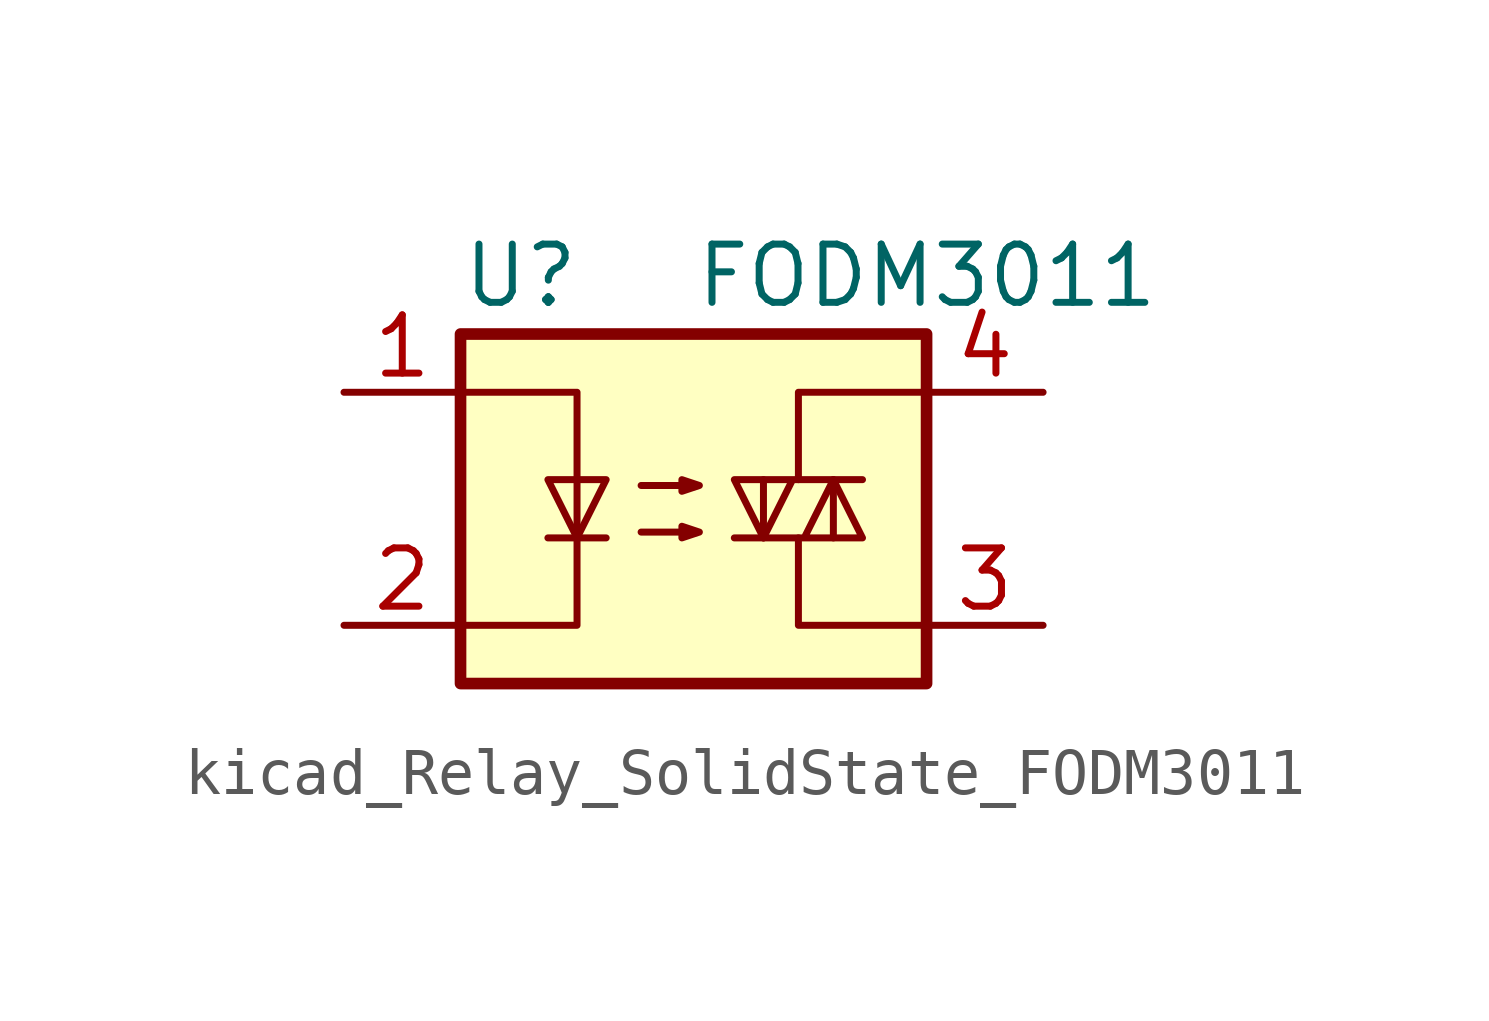
<source format=kicad_sym>
(kicad_symbol_lib
  (version 20220914)
  (generator kicad_symbol_editor)
  (symbol "kicad_Relay_SolidState_FODM3011"
    (property "Reference" "U"
      (at -5.08 5.08 0)
      (effects (font (size 1.27 1.27)) (justify left)))
    (property "Value" "FODM3011"
      (at 0 5.08 0)
      (effects (font (size 1.27 1.27)) (justify left)))
    (symbol "kicad_Relay_SolidState_FODM3011_0_1"
      (rectangle (start -5.08 3.81) (end 5.08 -3.81) (stroke (width 0.254) (type default)) (fill (type background)))
      (polyline (pts (xy -3.175 -0.635) (xy -1.905 -0.635)) (stroke (width 0) (type default)) (fill (type none)))
      (polyline (pts (xy 1.524 -0.635) (xy 1.524 0.635)) (stroke (width 0) (type default)) (fill (type none)))
      (polyline (pts (xy 3.048 0.635) (xy 3.048 -0.635)) (stroke (width 0) (type default)) (fill (type none)))
      (polyline (pts (xy 2.286 -0.635) (xy 2.286 -2.54) (xy 5.08 -2.54)) (stroke (width 0) (type default)) (fill (type none)))
      (polyline (pts (xy 2.286 0.635) (xy 2.286 2.54) (xy 5.08 2.54)) (stroke (width 0) (type default)) (fill (type none)))
      (polyline (pts (xy -5.08 2.54) (xy -2.54 2.54) (xy -2.54 -2.54) (xy -5.08 -2.54)) (stroke (width 0) (type default)) (fill (type none)))
      (polyline (pts (xy -2.54 -0.635) (xy -3.175 0.635) (xy -1.905 0.635) (xy -2.54 -0.635)) (stroke (width 0) (type default)) (fill (type none)))
      (polyline (pts (xy 0.889 -0.635) (xy 3.683 -0.635) (xy 3.048 0.635) (xy 2.413 -0.635)) (stroke (width 0) (type default)) (fill (type none)))
      (polyline (pts (xy 3.683 0.635) (xy 0.889 0.635) (xy 1.524 -0.635) (xy 2.159 0.635)) (stroke (width 0) (type default)) (fill (type none)))
      (polyline (pts (xy -1.143 -0.508) (xy 0.127 -0.508) (xy -0.254 -0.635) (xy -0.254 -0.381) (xy 0.127 -0.508)) (stroke (width 0) (type default)) (fill (type none)))
      (polyline (pts (xy -1.143 0.508) (xy 0.127 0.508) (xy -0.254 0.381) (xy -0.254 0.635) (xy 0.127 0.508)) (stroke (width 0) (type default)) (fill (type none))))
    (symbol "kicad_Relay_SolidState_FODM3011_1_1"
      (pin passive line (at -7.62 2.54 0) (length 2.54) (name "~" (effects (font (size 1.27 1.27)))) (number "1" (effects (font (size 1.27 1.27)))))
      (pin passive line (at -7.62 -2.54 0) (length 2.54) (name "~" (effects (font (size 1.27 1.27)))) (number "2" (effects (font (size 1.27 1.27)))))
      (pin passive line (at 7.62 -2.54 180) (length 2.54) (name "~" (effects (font (size 1.27 1.27)))) (number "3" (effects (font (size 1.27 1.27)))))
      (pin passive line (at 7.62 2.54 180) (length 2.54) (name "~" (effects (font (size 1.27 1.27)))) (number "4" (effects (font (size 1.27 1.27))))))))
</source>
